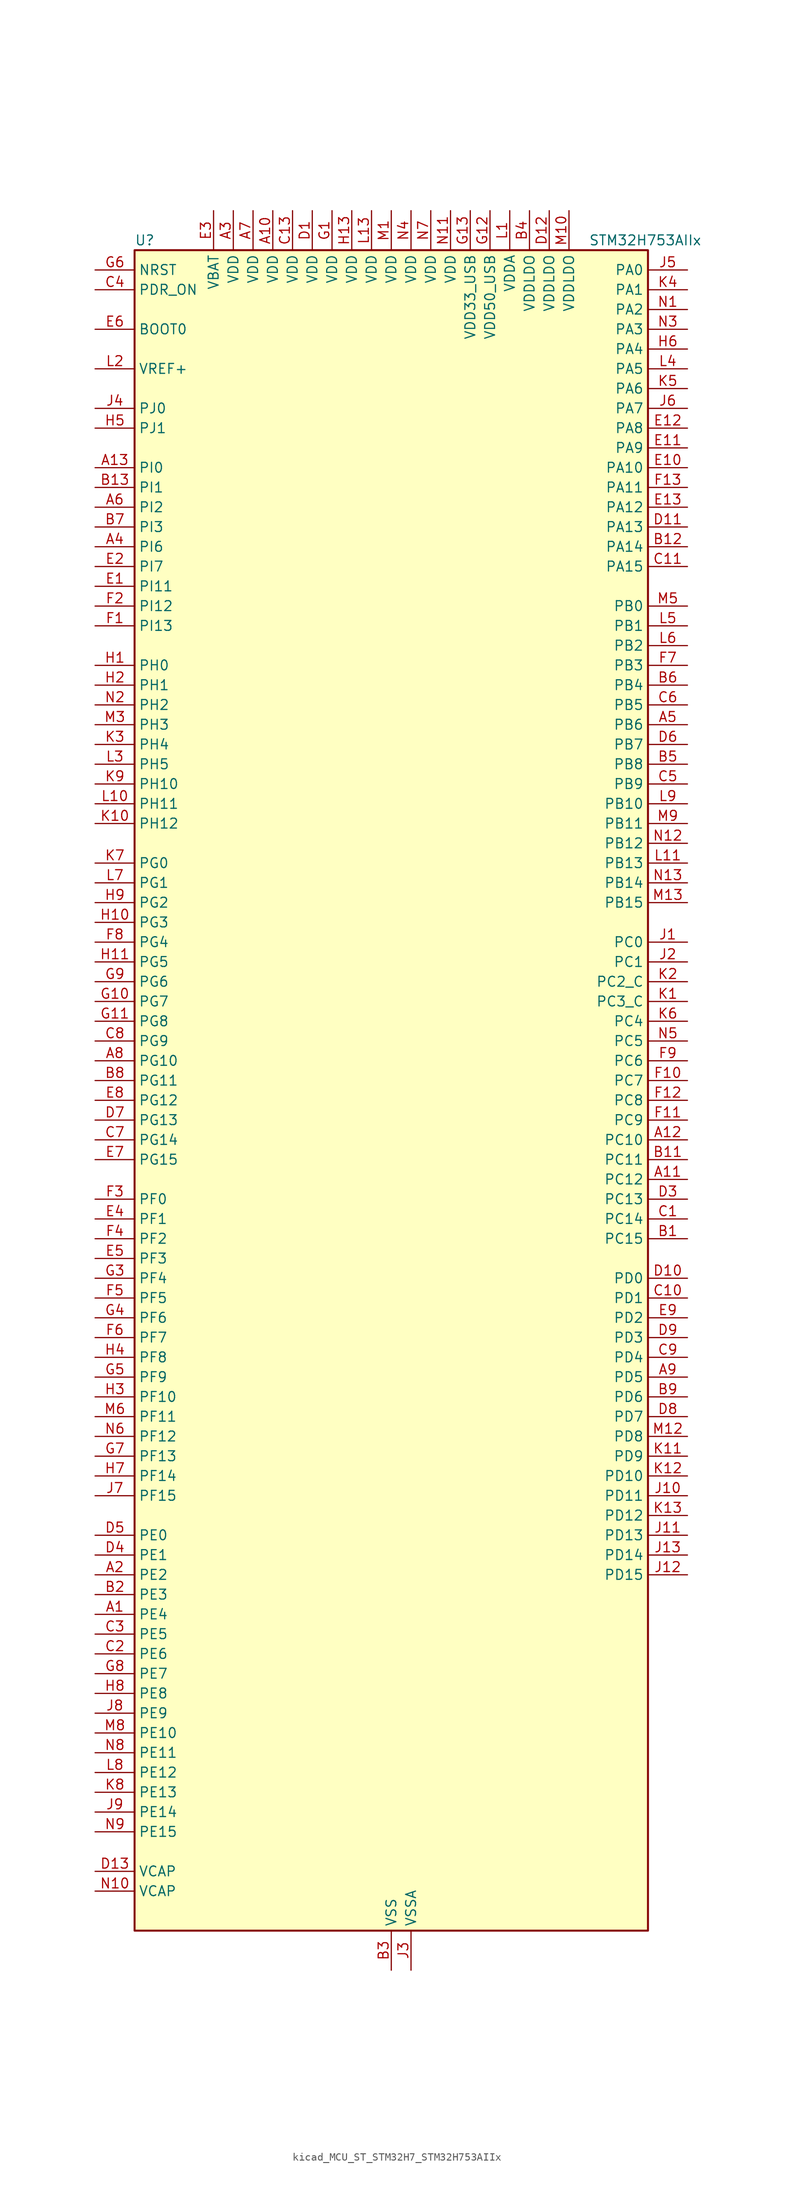
<source format=kicad_sym>
(kicad_symbol_lib
  (version 20220914)
  (generator kicad_symbol_editor)
  (symbol "kicad_MCU_ST_STM32H7_STM32H753AIIx"
    (property "Reference" "U"
      (at -33.02 110.49 0)
      (effects (font (size 1.27 1.27)) (justify left)))
    (property "Value" "STM32H753AIIx"
      (at 25.4 110.49 0)
      (effects (font (size 1.27 1.27)) (justify left)))
    (property "ki_locked" ""
      (at 0 0 0)
      (effects (font (size 1.27 1.27))))
    (symbol "kicad_MCU_ST_STM32H7_STM32H753AIIx_0_1"
      (rectangle (start -33.02 -106.68) (end 33.02 109.22) (stroke (width 0.254) (type default)) (fill (type background))))
    (symbol "kicad_MCU_ST_STM32H7_STM32H753AIIx_1_1"
      (pin bidirectional line (at -38.1 -66.04 0) (length 5.08) (name "PE4" (effects (font (size 1.27 1.27)))) (number "A1" (effects (font (size 1.27 1.27)))) (alternate "DCMI_D4" bidirectional line) (alternate "DEBUG_TRACED1" bidirectional line) (alternate "DFSDM1_DATIN3" bidirectional line) (alternate "FMC_A20" bidirectional line) (alternate "LTDC_B0" bidirectional line) (alternate "SAI1_D2" bidirectional line) (alternate "SAI1_FS_A" bidirectional line) (alternate "SAI4_D2" bidirectional line) (alternate "SAI4_FS_A" bidirectional line) (alternate "SPI4_NSS" bidirectional line) (alternate "TIM15_CH1N" bidirectional line))
      (pin power_in line (at -15.24 114.3 270) (length 5.08) (name "VDD" (effects (font (size 1.27 1.27)))) (number "A10" (effects (font (size 1.27 1.27)))))
      (pin bidirectional line (at 38.1 -10.16 180) (length 5.08) (name "PC12" (effects (font (size 1.27 1.27)))) (number "A11" (effects (font (size 1.27 1.27)))) (alternate "DCMI_D9" bidirectional line) (alternate "DEBUG_TRACED3" bidirectional line) (alternate "HRTIM_EEV2" bidirectional line) (alternate "I2S3_SDO" bidirectional line) (alternate "SDMMC1_CK" bidirectional line) (alternate "SPI3_MOSI" bidirectional line) (alternate "UART5_TX" bidirectional line) (alternate "USART3_CK" bidirectional line))
      (pin bidirectional line (at 38.1 -5.08 180) (length 5.08) (name "PC10" (effects (font (size 1.27 1.27)))) (number "A12" (effects (font (size 1.27 1.27)))) (alternate "DCMI_D8" bidirectional line) (alternate "DFSDM1_CKIN5" bidirectional line) (alternate "HRTIM_EEV1" bidirectional line) (alternate "I2S3_CK" bidirectional line) (alternate "LTDC_R2" bidirectional line) (alternate "QUADSPI_BK1_IO1" bidirectional line) (alternate "SDMMC1_D2" bidirectional line) (alternate "SPI3_SCK" bidirectional line) (alternate "UART4_TX" bidirectional line) (alternate "USART3_TX" bidirectional line))
      (pin bidirectional line (at -38.1 81.28 0) (length 5.08) (name "PI0" (effects (font (size 1.27 1.27)))) (number "A13" (effects (font (size 1.27 1.27)))) (alternate "DCMI_D13" bidirectional line) (alternate "FMC_D24" bidirectional line) (alternate "I2S2_WS" bidirectional line) (alternate "LTDC_G5" bidirectional line) (alternate "SPI2_NSS" bidirectional line) (alternate "TIM5_CH4" bidirectional line))
      (pin bidirectional line (at -38.1 -60.96 0) (length 5.08) (name "PE2" (effects (font (size 1.27 1.27)))) (number "A2" (effects (font (size 1.27 1.27)))) (alternate "DEBUG_TRACECLK" bidirectional line) (alternate "ETH_TXD3" bidirectional line) (alternate "FMC_A23" bidirectional line) (alternate "QUADSPI_BK1_IO2" bidirectional line) (alternate "SAI1_CK1" bidirectional line) (alternate "SAI1_MCLK_A" bidirectional line) (alternate "SAI4_CK1" bidirectional line) (alternate "SAI4_MCLK_A" bidirectional line) (alternate "SPI4_SCK" bidirectional line))
      (pin power_in line (at -20.32 114.3 270) (length 5.08) (name "VDD" (effects (font (size 1.27 1.27)))) (number "A3" (effects (font (size 1.27 1.27)))))
      (pin bidirectional line (at -38.1 71.12 0) (length 5.08) (name "PI6" (effects (font (size 1.27 1.27)))) (number "A4" (effects (font (size 1.27 1.27)))) (alternate "DCMI_D6" bidirectional line) (alternate "FMC_D28" bidirectional line) (alternate "LTDC_B6" bidirectional line) (alternate "SAI2_SD_A" bidirectional line) (alternate "TIM8_CH2" bidirectional line))
      (pin bidirectional line (at 38.1 48.26 180) (length 5.08) (name "PB6" (effects (font (size 1.27 1.27)))) (number "A5" (effects (font (size 1.27 1.27)))) (alternate "CEC" bidirectional line) (alternate "DCMI_D5" bidirectional line) (alternate "DFSDM1_DATIN5" bidirectional line) (alternate "FDCAN2_TX" bidirectional line) (alternate "FMC_SDNE1" bidirectional line) (alternate "HRTIM_EEV8" bidirectional line) (alternate "I2C1_SCL" bidirectional line) (alternate "I2C4_SCL" bidirectional line) (alternate "LPUART1_TX" bidirectional line) (alternate "QUADSPI_BK1_NCS" bidirectional line) (alternate "TIM16_CH1N" bidirectional line) (alternate "TIM4_CH1" bidirectional line) (alternate "UART5_TX" bidirectional line) (alternate "USART1_TX" bidirectional line))
      (pin bidirectional line (at -38.1 76.2 0) (length 5.08) (name "PI2" (effects (font (size 1.27 1.27)))) (number "A6" (effects (font (size 1.27 1.27)))) (alternate "DCMI_D9" bidirectional line) (alternate "FMC_D26" bidirectional line) (alternate "I2S2_SDI" bidirectional line) (alternate "LTDC_G7" bidirectional line) (alternate "SPI2_MISO" bidirectional line) (alternate "TIM8_CH4" bidirectional line))
      (pin power_in line (at -17.78 114.3 270) (length 5.08) (name "VDD" (effects (font (size 1.27 1.27)))) (number "A7" (effects (font (size 1.27 1.27)))))
      (pin bidirectional line (at -38.1 5.08 0) (length 5.08) (name "PG10" (effects (font (size 1.27 1.27)))) (number "A8" (effects (font (size 1.27 1.27)))) (alternate "DCMI_D2" bidirectional line) (alternate "FMC_NE3" bidirectional line) (alternate "HRTIM_FLT5" bidirectional line) (alternate "I2S1_WS" bidirectional line) (alternate "LTDC_B2" bidirectional line) (alternate "LTDC_G3" bidirectional line) (alternate "SAI2_SD_B" bidirectional line) (alternate "SPI1_NSS" bidirectional line))
      (pin bidirectional line (at 38.1 -35.56 180) (length 5.08) (name "PD5" (effects (font (size 1.27 1.27)))) (number "A9" (effects (font (size 1.27 1.27)))) (alternate "FMC_NWE" bidirectional line) (alternate "HRTIM_EEV3" bidirectional line) (alternate "USART2_TX" bidirectional line))
      (pin bidirectional line (at 38.1 -17.78 180) (length 5.08) (name "PC15" (effects (font (size 1.27 1.27)))) (number "B1" (effects (font (size 1.27 1.27)))) (alternate "ADC1_EXTI15" bidirectional line) (alternate "ADC2_EXTI15" bidirectional line) (alternate "ADC3_EXTI15" bidirectional line) (alternate "RCC_OSC32_OUT" bidirectional line))
      (pin passive line (at 0 -111.76 90) (length 5.08) hide (name "VSS" (effects (font (size 1.27 1.27)))) (number "B10" (effects (font (size 1.27 1.27)))))
      (pin bidirectional line (at 38.1 -7.62 180) (length 5.08) (name "PC11" (effects (font (size 1.27 1.27)))) (number "B11" (effects (font (size 1.27 1.27)))) (alternate "ADC1_EXTI11" bidirectional line) (alternate "ADC2_EXTI11" bidirectional line) (alternate "ADC3_EXTI11" bidirectional line) (alternate "DCMI_D4" bidirectional line) (alternate "DFSDM1_DATIN5" bidirectional line) (alternate "HRTIM_FLT2" bidirectional line) (alternate "I2S3_SDI" bidirectional line) (alternate "QUADSPI_BK2_NCS" bidirectional line) (alternate "SDMMC1_D3" bidirectional line) (alternate "SPI3_MISO" bidirectional line) (alternate "UART4_RX" bidirectional line) (alternate "USART3_RX" bidirectional line))
      (pin bidirectional line (at 38.1 71.12 180) (length 5.08) (name "PA14" (effects (font (size 1.27 1.27)))) (number "B12" (effects (font (size 1.27 1.27)))) (alternate "DEBUG_JTCK-SWCLK" bidirectional line))
      (pin bidirectional line (at -38.1 78.74 0) (length 5.08) (name "PI1" (effects (font (size 1.27 1.27)))) (number "B13" (effects (font (size 1.27 1.27)))) (alternate "DCMI_D8" bidirectional line) (alternate "FMC_D25" bidirectional line) (alternate "I2S2_CK" bidirectional line) (alternate "LTDC_G6" bidirectional line) (alternate "SPI2_SCK" bidirectional line) (alternate "TIM8_BKIN2" bidirectional line) (alternate "TIM8_BKIN2_COMP1" bidirectional line) (alternate "TIM8_BKIN2_COMP2" bidirectional line))
      (pin bidirectional line (at -38.1 -63.5 0) (length 5.08) (name "PE3" (effects (font (size 1.27 1.27)))) (number "B2" (effects (font (size 1.27 1.27)))) (alternate "DEBUG_TRACED0" bidirectional line) (alternate "FMC_A19" bidirectional line) (alternate "SAI1_SD_B" bidirectional line) (alternate "SAI4_SD_B" bidirectional line) (alternate "TIM15_BKIN" bidirectional line))
      (pin power_in line (at 0 -111.76 90) (length 5.08) (name "VSS" (effects (font (size 1.27 1.27)))) (number "B3" (effects (font (size 1.27 1.27)))))
      (pin power_in line (at 17.78 114.3 270) (length 5.08) (name "VDDLDO" (effects (font (size 1.27 1.27)))) (number "B4" (effects (font (size 1.27 1.27)))))
      (pin bidirectional line (at 38.1 43.18 180) (length 5.08) (name "PB8" (effects (font (size 1.27 1.27)))) (number "B5" (effects (font (size 1.27 1.27)))) (alternate "DCMI_D6" bidirectional line) (alternate "DFSDM1_CKIN7" bidirectional line) (alternate "ETH_TXD3" bidirectional line) (alternate "FDCAN1_RX" bidirectional line) (alternate "I2C1_SCL" bidirectional line) (alternate "I2C4_SCL" bidirectional line) (alternate "LTDC_B6" bidirectional line) (alternate "SDMMC1_CKIN" bidirectional line) (alternate "SDMMC1_D4" bidirectional line) (alternate "SDMMC2_D4" bidirectional line) (alternate "TIM16_CH1" bidirectional line) (alternate "TIM4_CH3" bidirectional line) (alternate "UART4_RX" bidirectional line))
      (pin bidirectional line (at 38.1 53.34 180) (length 5.08) (name "PB4" (effects (font (size 1.27 1.27)))) (number "B6" (effects (font (size 1.27 1.27)))) (alternate "DEBUG_JTRST" bidirectional line) (alternate "HRTIM_EEV6" bidirectional line) (alternate "I2S1_SDI" bidirectional line) (alternate "I2S2_WS" bidirectional line) (alternate "I2S3_SDI" bidirectional line) (alternate "SDMMC2_D3" bidirectional line) (alternate "SPI1_MISO" bidirectional line) (alternate "SPI2_NSS" bidirectional line) (alternate "SPI3_MISO" bidirectional line) (alternate "SPI6_MISO" bidirectional line) (alternate "TIM16_BKIN" bidirectional line) (alternate "TIM3_CH1" bidirectional line) (alternate "UART7_TX" bidirectional line))
      (pin bidirectional line (at -38.1 73.66 0) (length 5.08) (name "PI3" (effects (font (size 1.27 1.27)))) (number "B7" (effects (font (size 1.27 1.27)))) (alternate "DCMI_D10" bidirectional line) (alternate "FMC_D27" bidirectional line) (alternate "I2S2_SDO" bidirectional line) (alternate "SPI2_MOSI" bidirectional line) (alternate "TIM8_ETR" bidirectional line))
      (pin bidirectional line (at -38.1 2.54 0) (length 5.08) (name "PG11" (effects (font (size 1.27 1.27)))) (number "B8" (effects (font (size 1.27 1.27)))) (alternate "ADC1_EXTI11" bidirectional line) (alternate "ADC2_EXTI11" bidirectional line) (alternate "ADC3_EXTI11" bidirectional line) (alternate "DCMI_D3" bidirectional line) (alternate "ETH_TX_EN" bidirectional line) (alternate "HRTIM_EEV4" bidirectional line) (alternate "I2S1_CK" bidirectional line) (alternate "LPTIM1_IN2" bidirectional line) (alternate "LTDC_B3" bidirectional line) (alternate "SDMMC2_D2" bidirectional line) (alternate "SPDIFRX1_IN0" bidirectional line) (alternate "SPI1_SCK" bidirectional line))
      (pin bidirectional line (at 38.1 -38.1 180) (length 5.08) (name "PD6" (effects (font (size 1.27 1.27)))) (number "B9" (effects (font (size 1.27 1.27)))) (alternate "DCMI_D10" bidirectional line) (alternate "DFSDM1_CKIN4" bidirectional line) (alternate "DFSDM1_DATIN1" bidirectional line) (alternate "FMC_NWAIT" bidirectional line) (alternate "I2S3_SDO" bidirectional line) (alternate "LTDC_B2" bidirectional line) (alternate "SAI1_D1" bidirectional line) (alternate "SAI1_SD_A" bidirectional line) (alternate "SAI4_D1" bidirectional line) (alternate "SAI4_SD_A" bidirectional line) (alternate "SDMMC2_CK" bidirectional line) (alternate "SPI3_MOSI" bidirectional line) (alternate "USART2_RX" bidirectional line))
      (pin bidirectional line (at 38.1 -15.24 180) (length 5.08) (name "PC14" (effects (font (size 1.27 1.27)))) (number "C1" (effects (font (size 1.27 1.27)))) (alternate "RCC_OSC32_IN" bidirectional line))
      (pin bidirectional line (at 38.1 -25.4 180) (length 5.08) (name "PD1" (effects (font (size 1.27 1.27)))) (number "C10" (effects (font (size 1.27 1.27)))) (alternate "DFSDM1_DATIN6" bidirectional line) (alternate "FDCAN1_TX" bidirectional line) (alternate "FMC_D3" bidirectional line) (alternate "FMC_DA3" bidirectional line) (alternate "SAI3_SD_A" bidirectional line) (alternate "UART4_TX" bidirectional line))
      (pin bidirectional line (at 38.1 68.58 180) (length 5.08) (name "PA15" (effects (font (size 1.27 1.27)))) (number "C11" (effects (font (size 1.27 1.27)))) (alternate "ADC1_EXTI15" bidirectional line) (alternate "ADC2_EXTI15" bidirectional line) (alternate "ADC3_EXTI15" bidirectional line) (alternate "CEC" bidirectional line) (alternate "DEBUG_JTDI" bidirectional line) (alternate "HRTIM_FLT1" bidirectional line) (alternate "I2S1_WS" bidirectional line) (alternate "I2S3_WS" bidirectional line) (alternate "SPI1_NSS" bidirectional line) (alternate "SPI3_NSS" bidirectional line) (alternate "SPI6_NSS" bidirectional line) (alternate "TIM2_CH1" bidirectional line) (alternate "TIM2_ETR" bidirectional line) (alternate "UART4_DE" bidirectional line) (alternate "UART4_RTS" bidirectional line) (alternate "UART7_TX" bidirectional line))
      (pin passive line (at 0 -111.76 90) (length 5.08) hide (name "VSS" (effects (font (size 1.27 1.27)))) (number "C12" (effects (font (size 1.27 1.27)))))
      (pin power_in line (at -12.7 114.3 270) (length 5.08) (name "VDD" (effects (font (size 1.27 1.27)))) (number "C13" (effects (font (size 1.27 1.27)))))
      (pin bidirectional line (at -38.1 -71.12 0) (length 5.08) (name "PE6" (effects (font (size 1.27 1.27)))) (number "C2" (effects (font (size 1.27 1.27)))) (alternate "DCMI_D7" bidirectional line) (alternate "DEBUG_TRACED3" bidirectional line) (alternate "FMC_A22" bidirectional line) (alternate "LTDC_G1" bidirectional line) (alternate "SAI1_D1" bidirectional line) (alternate "SAI1_SD_A" bidirectional line) (alternate "SAI2_MCLK_B" bidirectional line) (alternate "SAI4_D1" bidirectional line) (alternate "SAI4_SD_A" bidirectional line) (alternate "SPI4_MOSI" bidirectional line) (alternate "TIM15_CH2" bidirectional line) (alternate "TIM1_BKIN2" bidirectional line) (alternate "TIM1_BKIN2_COMP1" bidirectional line) (alternate "TIM1_BKIN2_COMP2" bidirectional line))
      (pin bidirectional line (at -38.1 -68.58 0) (length 5.08) (name "PE5" (effects (font (size 1.27 1.27)))) (number "C3" (effects (font (size 1.27 1.27)))) (alternate "DCMI_D6" bidirectional line) (alternate "DEBUG_TRACED2" bidirectional line) (alternate "DFSDM1_CKIN3" bidirectional line) (alternate "FMC_A21" bidirectional line) (alternate "LTDC_G0" bidirectional line) (alternate "SAI1_CK2" bidirectional line) (alternate "SAI1_SCK_A" bidirectional line) (alternate "SAI4_CK2" bidirectional line) (alternate "SAI4_SCK_A" bidirectional line) (alternate "SPI4_MISO" bidirectional line) (alternate "TIM15_CH1" bidirectional line))
      (pin input line (at -38.1 104.14 0) (length 5.08) (name "PDR_ON" (effects (font (size 1.27 1.27)))) (number "C4" (effects (font (size 1.27 1.27)))))
      (pin bidirectional line (at 38.1 40.64 180) (length 5.08) (name "PB9" (effects (font (size 1.27 1.27)))) (number "C5" (effects (font (size 1.27 1.27)))) (alternate "DAC1_EXTI9" bidirectional line) (alternate "DCMI_D7" bidirectional line) (alternate "DFSDM1_DATIN7" bidirectional line) (alternate "FDCAN1_TX" bidirectional line) (alternate "I2C1_SDA" bidirectional line) (alternate "I2C4_SDA" bidirectional line) (alternate "I2C4_SMBA" bidirectional line) (alternate "I2S2_WS" bidirectional line) (alternate "LTDC_B7" bidirectional line) (alternate "SDMMC1_CDIR" bidirectional line) (alternate "SDMMC1_D5" bidirectional line) (alternate "SDMMC2_D5" bidirectional line) (alternate "SPI2_NSS" bidirectional line) (alternate "TIM17_CH1" bidirectional line) (alternate "TIM4_CH4" bidirectional line) (alternate "UART4_TX" bidirectional line))
      (pin bidirectional line (at 38.1 50.8 180) (length 5.08) (name "PB5" (effects (font (size 1.27 1.27)))) (number "C6" (effects (font (size 1.27 1.27)))) (alternate "DCMI_D10" bidirectional line) (alternate "ETH_PPS_OUT" bidirectional line) (alternate "FDCAN2_RX" bidirectional line) (alternate "FMC_SDCKE1" bidirectional line) (alternate "HRTIM_EEV7" bidirectional line) (alternate "I2C1_SMBA" bidirectional line) (alternate "I2C4_SMBA" bidirectional line) (alternate "I2S1_SDO" bidirectional line) (alternate "I2S3_SDO" bidirectional line) (alternate "SPI1_MOSI" bidirectional line) (alternate "SPI3_MOSI" bidirectional line) (alternate "SPI6_MOSI" bidirectional line) (alternate "TIM17_BKIN" bidirectional line) (alternate "TIM3_CH2" bidirectional line) (alternate "UART5_RX" bidirectional line) (alternate "USB_OTG_HS_ULPI_D7" bidirectional line))
      (pin bidirectional line (at -38.1 -5.08 0) (length 5.08) (name "PG14" (effects (font (size 1.27 1.27)))) (number "C7" (effects (font (size 1.27 1.27)))) (alternate "DEBUG_TRACED1" bidirectional line) (alternate "ETH_TXD1" bidirectional line) (alternate "FMC_A25" bidirectional line) (alternate "LPTIM1_ETR" bidirectional line) (alternate "LTDC_B0" bidirectional line) (alternate "QUADSPI_BK2_IO3" bidirectional line) (alternate "SPI6_MOSI" bidirectional line) (alternate "USART6_TX" bidirectional line))
      (pin bidirectional line (at -38.1 7.62 0) (length 5.08) (name "PG9" (effects (font (size 1.27 1.27)))) (number "C8" (effects (font (size 1.27 1.27)))) (alternate "DAC1_EXTI9" bidirectional line) (alternate "DCMI_VSYNC" bidirectional line) (alternate "FMC_NCE" bidirectional line) (alternate "FMC_NE2" bidirectional line) (alternate "I2S1_SDI" bidirectional line) (alternate "QUADSPI_BK2_IO2" bidirectional line) (alternate "SAI2_FS_B" bidirectional line) (alternate "SPDIFRX1_IN3" bidirectional line) (alternate "SPI1_MISO" bidirectional line) (alternate "USART6_RX" bidirectional line))
      (pin bidirectional line (at 38.1 -33.02 180) (length 5.08) (name "PD4" (effects (font (size 1.27 1.27)))) (number "C9" (effects (font (size 1.27 1.27)))) (alternate "FMC_NOE" bidirectional line) (alternate "HRTIM_FLT3" bidirectional line) (alternate "SAI3_FS_A" bidirectional line) (alternate "USART2_DE" bidirectional line) (alternate "USART2_RTS" bidirectional line))
      (pin power_in line (at -10.16 114.3 270) (length 5.08) (name "VDD" (effects (font (size 1.27 1.27)))) (number "D1" (effects (font (size 1.27 1.27)))))
      (pin bidirectional line (at 38.1 -22.86 180) (length 5.08) (name "PD0" (effects (font (size 1.27 1.27)))) (number "D10" (effects (font (size 1.27 1.27)))) (alternate "DFSDM1_CKIN6" bidirectional line) (alternate "FDCAN1_RX" bidirectional line) (alternate "FMC_D2" bidirectional line) (alternate "FMC_DA2" bidirectional line) (alternate "SAI3_SCK_A" bidirectional line) (alternate "UART4_RX" bidirectional line))
      (pin bidirectional line (at 38.1 73.66 180) (length 5.08) (name "PA13" (effects (font (size 1.27 1.27)))) (number "D11" (effects (font (size 1.27 1.27)))) (alternate "DEBUG_JTMS-SWDIO" bidirectional line))
      (pin power_in line (at 20.32 114.3 270) (length 5.08) (name "VDDLDO" (effects (font (size 1.27 1.27)))) (number "D12" (effects (font (size 1.27 1.27)))))
      (pin power_out line (at -38.1 -99.06 0) (length 5.08) (name "VCAP" (effects (font (size 1.27 1.27)))) (number "D13" (effects (font (size 1.27 1.27)))))
      (pin passive line (at 0 -111.76 90) (length 5.08) hide (name "VSS" (effects (font (size 1.27 1.27)))) (number "D2" (effects (font (size 1.27 1.27)))))
      (pin bidirectional line (at 38.1 -12.7 180) (length 5.08) (name "PC13" (effects (font (size 1.27 1.27)))) (number "D3" (effects (font (size 1.27 1.27)))) (alternate "PWR_WKUP2" bidirectional line) (alternate "RTC_OUT_ALARM" bidirectional line) (alternate "RTC_OUT_CALIB" bidirectional line) (alternate "RTC_TAMP1" bidirectional line) (alternate "RTC_TS" bidirectional line))
      (pin bidirectional line (at -38.1 -58.42 0) (length 5.08) (name "PE1" (effects (font (size 1.27 1.27)))) (number "D4" (effects (font (size 1.27 1.27)))) (alternate "DCMI_D3" bidirectional line) (alternate "FMC_NBL1" bidirectional line) (alternate "HRTIM_SCOUT" bidirectional line) (alternate "LPTIM1_IN2" bidirectional line) (alternate "UART8_TX" bidirectional line))
      (pin bidirectional line (at -38.1 -55.88 0) (length 5.08) (name "PE0" (effects (font (size 1.27 1.27)))) (number "D5" (effects (font (size 1.27 1.27)))) (alternate "DCMI_D2" bidirectional line) (alternate "FMC_NBL0" bidirectional line) (alternate "HRTIM_SCIN" bidirectional line) (alternate "LPTIM1_ETR" bidirectional line) (alternate "LPTIM2_ETR" bidirectional line) (alternate "SAI2_MCLK_A" bidirectional line) (alternate "TIM4_ETR" bidirectional line) (alternate "UART8_RX" bidirectional line))
      (pin bidirectional line (at 38.1 45.72 180) (length 5.08) (name "PB7" (effects (font (size 1.27 1.27)))) (number "D6" (effects (font (size 1.27 1.27)))) (alternate "DCMI_VSYNC" bidirectional line) (alternate "DFSDM1_CKIN5" bidirectional line) (alternate "FMC_NL" bidirectional line) (alternate "HRTIM_EEV9" bidirectional line) (alternate "I2C1_SDA" bidirectional line) (alternate "I2C4_SDA" bidirectional line) (alternate "LPUART1_RX" bidirectional line) (alternate "PWR_PVD_IN" bidirectional line) (alternate "TIM17_CH1N" bidirectional line) (alternate "TIM4_CH2" bidirectional line) (alternate "USART1_RX" bidirectional line))
      (pin bidirectional line (at -38.1 -2.54 0) (length 5.08) (name "PG13" (effects (font (size 1.27 1.27)))) (number "D7" (effects (font (size 1.27 1.27)))) (alternate "DEBUG_TRACED0" bidirectional line) (alternate "ETH_TXD0" bidirectional line) (alternate "FMC_A24" bidirectional line) (alternate "HRTIM_EEV10" bidirectional line) (alternate "LPTIM1_OUT" bidirectional line) (alternate "LTDC_R0" bidirectional line) (alternate "SPI6_SCK" bidirectional line) (alternate "USART6_CTS" bidirectional line) (alternate "USART6_NSS" bidirectional line))
      (pin bidirectional line (at 38.1 -40.64 180) (length 5.08) (name "PD7" (effects (font (size 1.27 1.27)))) (number "D8" (effects (font (size 1.27 1.27)))) (alternate "DFSDM1_CKIN1" bidirectional line) (alternate "DFSDM1_DATIN4" bidirectional line) (alternate "FMC_NE1" bidirectional line) (alternate "I2S1_SDO" bidirectional line) (alternate "SDMMC2_CMD" bidirectional line) (alternate "SPDIFRX1_IN0" bidirectional line) (alternate "SPI1_MOSI" bidirectional line) (alternate "USART2_CK" bidirectional line))
      (pin bidirectional line (at 38.1 -30.48 180) (length 5.08) (name "PD3" (effects (font (size 1.27 1.27)))) (number "D9" (effects (font (size 1.27 1.27)))) (alternate "DCMI_D5" bidirectional line) (alternate "DFSDM1_CKOUT" bidirectional line) (alternate "FMC_CLK" bidirectional line) (alternate "I2S2_CK" bidirectional line) (alternate "LTDC_G7" bidirectional line) (alternate "SPI2_SCK" bidirectional line) (alternate "USART2_CTS" bidirectional line) (alternate "USART2_NSS" bidirectional line))
      (pin bidirectional line (at -38.1 66.04 0) (length 5.08) (name "PI11" (effects (font (size 1.27 1.27)))) (number "E1" (effects (font (size 1.27 1.27)))) (alternate "ADC1_EXTI11" bidirectional line) (alternate "ADC2_EXTI11" bidirectional line) (alternate "ADC3_EXTI11" bidirectional line) (alternate "LTDC_G6" bidirectional line) (alternate "PWR_WKUP4" bidirectional line) (alternate "USB_OTG_HS_ULPI_DIR" bidirectional line))
      (pin bidirectional line (at 38.1 81.28 180) (length 5.08) (name "PA10" (effects (font (size 1.27 1.27)))) (number "E10" (effects (font (size 1.27 1.27)))) (alternate "DCMI_D1" bidirectional line) (alternate "HRTIM_CHC2" bidirectional line) (alternate "LPUART1_RX" bidirectional line) (alternate "LTDC_B1" bidirectional line) (alternate "LTDC_B4" bidirectional line) (alternate "MDIOS_MDIO" bidirectional line) (alternate "TIM1_CH3" bidirectional line) (alternate "USART1_RX" bidirectional line) (alternate "USB_OTG_FS_ID" bidirectional line))
      (pin bidirectional line (at 38.1 83.82 180) (length 5.08) (name "PA9" (effects (font (size 1.27 1.27)))) (number "E11" (effects (font (size 1.27 1.27)))) (alternate "DAC1_EXTI9" bidirectional line) (alternate "DCMI_D0" bidirectional line) (alternate "HRTIM_CHC1" bidirectional line) (alternate "I2C3_SMBA" bidirectional line) (alternate "I2S2_CK" bidirectional line) (alternate "LPUART1_TX" bidirectional line) (alternate "LTDC_R5" bidirectional line) (alternate "SPI2_SCK" bidirectional line) (alternate "TIM1_CH2" bidirectional line) (alternate "USART1_TX" bidirectional line) (alternate "USB_OTG_FS_VBUS" bidirectional line))
      (pin bidirectional line (at 38.1 86.36 180) (length 5.08) (name "PA8" (effects (font (size 1.27 1.27)))) (number "E12" (effects (font (size 1.27 1.27)))) (alternate "HRTIM_CHB2" bidirectional line) (alternate "I2C3_SCL" bidirectional line) (alternate "LTDC_B3" bidirectional line) (alternate "LTDC_R6" bidirectional line) (alternate "RCC_MCO_1" bidirectional line) (alternate "TIM1_CH1" bidirectional line) (alternate "TIM8_BKIN2" bidirectional line) (alternate "TIM8_BKIN2_COMP1" bidirectional line) (alternate "TIM8_BKIN2_COMP2" bidirectional line) (alternate "UART7_RX" bidirectional line) (alternate "USART1_CK" bidirectional line) (alternate "USB_OTG_FS_SOF" bidirectional line))
      (pin bidirectional line (at 38.1 76.2 180) (length 5.08) (name "PA12" (effects (font (size 1.27 1.27)))) (number "E13" (effects (font (size 1.27 1.27)))) (alternate "FDCAN1_TX" bidirectional line) (alternate "HRTIM_CHD2" bidirectional line) (alternate "I2S2_CK" bidirectional line) (alternate "LPUART1_DE" bidirectional line) (alternate "LPUART1_RTS" bidirectional line) (alternate "LTDC_R5" bidirectional line) (alternate "SAI2_FS_B" bidirectional line) (alternate "SPI2_SCK" bidirectional line) (alternate "TIM1_ETR" bidirectional line) (alternate "UART4_TX" bidirectional line) (alternate "USART1_DE" bidirectional line) (alternate "USART1_RTS" bidirectional line) (alternate "USB_OTG_FS_DP" bidirectional line))
      (pin bidirectional line (at -38.1 68.58 0) (length 5.08) (name "PI7" (effects (font (size 1.27 1.27)))) (number "E2" (effects (font (size 1.27 1.27)))) (alternate "DCMI_D7" bidirectional line) (alternate "FMC_D29" bidirectional line) (alternate "LTDC_B7" bidirectional line) (alternate "SAI2_FS_A" bidirectional line) (alternate "TIM8_CH3" bidirectional line))
      (pin power_in line (at -22.86 114.3 270) (length 5.08) (name "VBAT" (effects (font (size 1.27 1.27)))) (number "E3" (effects (font (size 1.27 1.27)))))
      (pin bidirectional line (at -38.1 -15.24 0) (length 5.08) (name "PF1" (effects (font (size 1.27 1.27)))) (number "E4" (effects (font (size 1.27 1.27)))) (alternate "FMC_A1" bidirectional line) (alternate "I2C2_SCL" bidirectional line))
      (pin bidirectional line (at -38.1 -20.32 0) (length 5.08) (name "PF3" (effects (font (size 1.27 1.27)))) (number "E5" (effects (font (size 1.27 1.27)))) (alternate "ADC3_INP5" bidirectional line) (alternate "FMC_A3" bidirectional line))
      (pin input line (at -38.1 99.06 0) (length 5.08) (name "BOOT0" (effects (font (size 1.27 1.27)))) (number "E6" (effects (font (size 1.27 1.27)))))
      (pin bidirectional line (at -38.1 -7.62 0) (length 5.08) (name "PG15" (effects (font (size 1.27 1.27)))) (number "E7" (effects (font (size 1.27 1.27)))) (alternate "ADC1_EXTI15" bidirectional line) (alternate "ADC2_EXTI15" bidirectional line) (alternate "ADC3_EXTI15" bidirectional line) (alternate "DCMI_D13" bidirectional line) (alternate "FMC_SDNCAS" bidirectional line) (alternate "USART6_CTS" bidirectional line) (alternate "USART6_NSS" bidirectional line))
      (pin bidirectional line (at -38.1 0 0) (length 5.08) (name "PG12" (effects (font (size 1.27 1.27)))) (number "E8" (effects (font (size 1.27 1.27)))) (alternate "ETH_TXD1" bidirectional line) (alternate "FMC_NE4" bidirectional line) (alternate "HRTIM_EEV5" bidirectional line) (alternate "LPTIM1_IN1" bidirectional line) (alternate "LTDC_B1" bidirectional line) (alternate "LTDC_B4" bidirectional line) (alternate "SPDIFRX1_IN1" bidirectional line) (alternate "SPI6_MISO" bidirectional line) (alternate "USART6_DE" bidirectional line) (alternate "USART6_RTS" bidirectional line))
      (pin bidirectional line (at 38.1 -27.94 180) (length 5.08) (name "PD2" (effects (font (size 1.27 1.27)))) (number "E9" (effects (font (size 1.27 1.27)))) (alternate "DCMI_D11" bidirectional line) (alternate "DEBUG_TRACED2" bidirectional line) (alternate "SDMMC1_CMD" bidirectional line) (alternate "TIM3_ETR" bidirectional line) (alternate "UART5_RX" bidirectional line))
      (pin bidirectional line (at -38.1 60.96 0) (length 5.08) (name "PI13" (effects (font (size 1.27 1.27)))) (number "F1" (effects (font (size 1.27 1.27)))) (alternate "LTDC_VSYNC" bidirectional line))
      (pin bidirectional line (at 38.1 2.54 180) (length 5.08) (name "PC7" (effects (font (size 1.27 1.27)))) (number "F10" (effects (font (size 1.27 1.27)))) (alternate "DCMI_D1" bidirectional line) (alternate "DEBUG_TRGIO" bidirectional line) (alternate "DFSDM1_DATIN3" bidirectional line) (alternate "FMC_NE1" bidirectional line) (alternate "HRTIM_CHA2" bidirectional line) (alternate "I2S3_MCK" bidirectional line) (alternate "LTDC_G6" bidirectional line) (alternate "SDMMC1_D123DIR" bidirectional line) (alternate "SDMMC1_D7" bidirectional line) (alternate "SDMMC2_D7" bidirectional line) (alternate "SWPMI1_TX" bidirectional line) (alternate "TIM3_CH2" bidirectional line) (alternate "TIM8_CH2" bidirectional line) (alternate "USART6_RX" bidirectional line))
      (pin bidirectional line (at 38.1 -2.54 180) (length 5.08) (name "PC9" (effects (font (size 1.27 1.27)))) (number "F11" (effects (font (size 1.27 1.27)))) (alternate "DAC1_EXTI9" bidirectional line) (alternate "DCMI_D3" bidirectional line) (alternate "I2C3_SDA" bidirectional line) (alternate "I2S_CKIN" bidirectional line) (alternate "LTDC_B2" bidirectional line) (alternate "LTDC_G3" bidirectional line) (alternate "QUADSPI_BK1_IO0" bidirectional line) (alternate "RCC_MCO_2" bidirectional line) (alternate "SDMMC1_D1" bidirectional line) (alternate "SWPMI1_SUSPEND" bidirectional line) (alternate "TIM3_CH4" bidirectional line) (alternate "TIM8_CH4" bidirectional line) (alternate "UART5_CTS" bidirectional line))
      (pin bidirectional line (at 38.1 0 180) (length 5.08) (name "PC8" (effects (font (size 1.27 1.27)))) (number "F12" (effects (font (size 1.27 1.27)))) (alternate "DCMI_D2" bidirectional line) (alternate "DEBUG_TRACED1" bidirectional line) (alternate "FMC_NCE" bidirectional line) (alternate "FMC_NE2" bidirectional line) (alternate "HRTIM_CHB1" bidirectional line) (alternate "SDMMC1_D0" bidirectional line) (alternate "SWPMI1_RX" bidirectional line) (alternate "TIM3_CH3" bidirectional line) (alternate "TIM8_CH3" bidirectional line) (alternate "UART5_DE" bidirectional line) (alternate "UART5_RTS" bidirectional line) (alternate "USART6_CK" bidirectional line))
      (pin bidirectional line (at 38.1 78.74 180) (length 5.08) (name "PA11" (effects (font (size 1.27 1.27)))) (number "F13" (effects (font (size 1.27 1.27)))) (alternate "ADC1_EXTI11" bidirectional line) (alternate "ADC2_EXTI11" bidirectional line) (alternate "ADC3_EXTI11" bidirectional line) (alternate "FDCAN1_RX" bidirectional line) (alternate "HRTIM_CHD1" bidirectional line) (alternate "I2S2_WS" bidirectional line) (alternate "LPUART1_CTS" bidirectional line) (alternate "LTDC_R4" bidirectional line) (alternate "SPI2_NSS" bidirectional line) (alternate "TIM1_CH4" bidirectional line) (alternate "UART4_RX" bidirectional line) (alternate "USART1_CTS" bidirectional line) (alternate "USART1_NSS" bidirectional line) (alternate "USB_OTG_FS_DM" bidirectional line))
      (pin bidirectional line (at -38.1 63.5 0) (length 5.08) (name "PI12" (effects (font (size 1.27 1.27)))) (number "F2" (effects (font (size 1.27 1.27)))) (alternate "LTDC_HSYNC" bidirectional line))
      (pin bidirectional line (at -38.1 -12.7 0) (length 5.08) (name "PF0" (effects (font (size 1.27 1.27)))) (number "F3" (effects (font (size 1.27 1.27)))) (alternate "FMC_A0" bidirectional line) (alternate "I2C2_SDA" bidirectional line))
      (pin bidirectional line (at -38.1 -17.78 0) (length 5.08) (name "PF2" (effects (font (size 1.27 1.27)))) (number "F4" (effects (font (size 1.27 1.27)))) (alternate "FMC_A2" bidirectional line) (alternate "I2C2_SMBA" bidirectional line))
      (pin bidirectional line (at -38.1 -25.4 0) (length 5.08) (name "PF5" (effects (font (size 1.27 1.27)))) (number "F5" (effects (font (size 1.27 1.27)))) (alternate "ADC3_INP4" bidirectional line) (alternate "FMC_A5" bidirectional line))
      (pin bidirectional line (at -38.1 -30.48 0) (length 5.08) (name "PF7" (effects (font (size 1.27 1.27)))) (number "F6" (effects (font (size 1.27 1.27)))) (alternate "ADC3_INP3" bidirectional line) (alternate "QUADSPI_BK1_IO2" bidirectional line) (alternate "SAI1_MCLK_B" bidirectional line) (alternate "SAI4_MCLK_B" bidirectional line) (alternate "SPI5_SCK" bidirectional line) (alternate "TIM17_CH1" bidirectional line) (alternate "UART7_TX" bidirectional line))
      (pin bidirectional line (at 38.1 55.88 180) (length 5.08) (name "PB3" (effects (font (size 1.27 1.27)))) (number "F7" (effects (font (size 1.27 1.27)))) (alternate "CRS_SYNC" bidirectional line) (alternate "DEBUG_JTDO-SWO" bidirectional line) (alternate "HRTIM_FLT4" bidirectional line) (alternate "I2S1_CK" bidirectional line) (alternate "I2S3_CK" bidirectional line) (alternate "SDMMC2_D2" bidirectional line) (alternate "SPI1_SCK" bidirectional line) (alternate "SPI3_SCK" bidirectional line) (alternate "SPI6_SCK" bidirectional line) (alternate "TIM2_CH2" bidirectional line) (alternate "UART7_RX" bidirectional line))
      (pin bidirectional line (at -38.1 20.32 0) (length 5.08) (name "PG4" (effects (font (size 1.27 1.27)))) (number "F8" (effects (font (size 1.27 1.27)))) (alternate "FMC_A14" bidirectional line) (alternate "FMC_BA0" bidirectional line) (alternate "TIM1_BKIN2" bidirectional line) (alternate "TIM1_BKIN2_COMP1" bidirectional line) (alternate "TIM1_BKIN2_COMP2" bidirectional line))
      (pin bidirectional line (at 38.1 5.08 180) (length 5.08) (name "PC6" (effects (font (size 1.27 1.27)))) (number "F9" (effects (font (size 1.27 1.27)))) (alternate "DCMI_D0" bidirectional line) (alternate "DFSDM1_CKIN3" bidirectional line) (alternate "FMC_NWAIT" bidirectional line) (alternate "HRTIM_CHA1" bidirectional line) (alternate "I2S2_MCK" bidirectional line) (alternate "LTDC_HSYNC" bidirectional line) (alternate "SDMMC1_D0DIR" bidirectional line) (alternate "SDMMC1_D6" bidirectional line) (alternate "SDMMC2_D6" bidirectional line) (alternate "SWPMI1_IO" bidirectional line) (alternate "TIM3_CH1" bidirectional line) (alternate "TIM8_CH1" bidirectional line) (alternate "USART6_TX" bidirectional line))
      (pin power_in line (at -7.62 114.3 270) (length 5.08) (name "VDD" (effects (font (size 1.27 1.27)))) (number "G1" (effects (font (size 1.27 1.27)))))
      (pin bidirectional line (at -38.1 12.7 0) (length 5.08) (name "PG7" (effects (font (size 1.27 1.27)))) (number "G10" (effects (font (size 1.27 1.27)))) (alternate "DCMI_D13" bidirectional line) (alternate "FMC_INT" bidirectional line) (alternate "HRTIM_CHE2" bidirectional line) (alternate "LTDC_CLK" bidirectional line) (alternate "SAI1_MCLK_A" bidirectional line) (alternate "USART6_CK" bidirectional line))
      (pin bidirectional line (at -38.1 10.16 0) (length 5.08) (name "PG8" (effects (font (size 1.27 1.27)))) (number "G11" (effects (font (size 1.27 1.27)))) (alternate "ETH_PPS_OUT" bidirectional line) (alternate "FMC_SDCLK" bidirectional line) (alternate "LTDC_G7" bidirectional line) (alternate "SPDIFRX1_IN2" bidirectional line) (alternate "SPI6_NSS" bidirectional line) (alternate "TIM8_ETR" bidirectional line) (alternate "USART6_DE" bidirectional line) (alternate "USART6_RTS" bidirectional line))
      (pin power_in line (at 12.7 114.3 270) (length 5.08) (name "VDD50_USB" (effects (font (size 1.27 1.27)))) (number "G12" (effects (font (size 1.27 1.27)))))
      (pin power_in line (at 10.16 114.3 270) (length 5.08) (name "VDD33_USB" (effects (font (size 1.27 1.27)))) (number "G13" (effects (font (size 1.27 1.27)))))
      (pin passive line (at 0 -111.76 90) (length 5.08) hide (name "VSS" (effects (font (size 1.27 1.27)))) (number "G2" (effects (font (size 1.27 1.27)))))
      (pin bidirectional line (at -38.1 -22.86 0) (length 5.08) (name "PF4" (effects (font (size 1.27 1.27)))) (number "G3" (effects (font (size 1.27 1.27)))) (alternate "ADC3_INN5" bidirectional line) (alternate "ADC3_INP9" bidirectional line) (alternate "FMC_A4" bidirectional line))
      (pin bidirectional line (at -38.1 -27.94 0) (length 5.08) (name "PF6" (effects (font (size 1.27 1.27)))) (number "G4" (effects (font (size 1.27 1.27)))) (alternate "ADC3_INN4" bidirectional line) (alternate "ADC3_INP8" bidirectional line) (alternate "QUADSPI_BK1_IO3" bidirectional line) (alternate "SAI1_SD_B" bidirectional line) (alternate "SAI4_SD_B" bidirectional line) (alternate "SPI5_NSS" bidirectional line) (alternate "TIM16_CH1" bidirectional line) (alternate "UART7_RX" bidirectional line))
      (pin bidirectional line (at -38.1 -35.56 0) (length 5.08) (name "PF9" (effects (font (size 1.27 1.27)))) (number "G5" (effects (font (size 1.27 1.27)))) (alternate "ADC3_INP2" bidirectional line) (alternate "DAC1_EXTI9" bidirectional line) (alternate "QUADSPI_BK1_IO1" bidirectional line) (alternate "SAI1_FS_B" bidirectional line) (alternate "SAI4_FS_B" bidirectional line) (alternate "SPI5_MOSI" bidirectional line) (alternate "TIM14_CH1" bidirectional line) (alternate "TIM17_CH1N" bidirectional line) (alternate "UART7_CTS" bidirectional line))
      (pin input line (at -38.1 106.68 0) (length 5.08) (name "NRST" (effects (font (size 1.27 1.27)))) (number "G6" (effects (font (size 1.27 1.27)))))
      (pin bidirectional line (at -38.1 -45.72 0) (length 5.08) (name "PF13" (effects (font (size 1.27 1.27)))) (number "G7" (effects (font (size 1.27 1.27)))) (alternate "ADC2_INP2" bidirectional line) (alternate "DFSDM1_DATIN6" bidirectional line) (alternate "FMC_A7" bidirectional line) (alternate "I2C4_SMBA" bidirectional line))
      (pin bidirectional line (at -38.1 -73.66 0) (length 5.08) (name "PE7" (effects (font (size 1.27 1.27)))) (number "G8" (effects (font (size 1.27 1.27)))) (alternate "COMP2_INM" bidirectional line) (alternate "DFSDM1_DATIN2" bidirectional line) (alternate "FMC_D4" bidirectional line) (alternate "FMC_DA4" bidirectional line) (alternate "OPAMP2_VOUT" bidirectional line) (alternate "QUADSPI_BK2_IO0" bidirectional line) (alternate "TIM1_ETR" bidirectional line) (alternate "UART7_RX" bidirectional line))
      (pin bidirectional line (at -38.1 15.24 0) (length 5.08) (name "PG6" (effects (font (size 1.27 1.27)))) (number "G9" (effects (font (size 1.27 1.27)))) (alternate "DCMI_D12" bidirectional line) (alternate "FMC_NE3" bidirectional line) (alternate "HRTIM_CHE1" bidirectional line) (alternate "LTDC_R7" bidirectional line) (alternate "QUADSPI_BK1_NCS" bidirectional line) (alternate "TIM17_BKIN" bidirectional line))
      (pin bidirectional line (at -38.1 55.88 0) (length 5.08) (name "PH0" (effects (font (size 1.27 1.27)))) (number "H1" (effects (font (size 1.27 1.27)))) (alternate "RCC_OSC_IN" bidirectional line))
      (pin bidirectional line (at -38.1 22.86 0) (length 5.08) (name "PG3" (effects (font (size 1.27 1.27)))) (number "H10" (effects (font (size 1.27 1.27)))) (alternate "FMC_A13" bidirectional line) (alternate "TIM8_BKIN2" bidirectional line) (alternate "TIM8_BKIN2_COMP1" bidirectional line) (alternate "TIM8_BKIN2_COMP2" bidirectional line))
      (pin bidirectional line (at -38.1 17.78 0) (length 5.08) (name "PG5" (effects (font (size 1.27 1.27)))) (number "H11" (effects (font (size 1.27 1.27)))) (alternate "FMC_A15" bidirectional line) (alternate "FMC_BA1" bidirectional line) (alternate "TIM1_ETR" bidirectional line))
      (pin passive line (at 0 -111.76 90) (length 5.08) hide (name "VSS" (effects (font (size 1.27 1.27)))) (number "H12" (effects (font (size 1.27 1.27)))))
      (pin power_in line (at -5.08 114.3 270) (length 5.08) (name "VDD" (effects (font (size 1.27 1.27)))) (number "H13" (effects (font (size 1.27 1.27)))))
      (pin bidirectional line (at -38.1 53.34 0) (length 5.08) (name "PH1" (effects (font (size 1.27 1.27)))) (number "H2" (effects (font (size 1.27 1.27)))) (alternate "RCC_OSC_OUT" bidirectional line))
      (pin bidirectional line (at -38.1 -38.1 0) (length 5.08) (name "PF10" (effects (font (size 1.27 1.27)))) (number "H3" (effects (font (size 1.27 1.27)))) (alternate "ADC3_INN2" bidirectional line) (alternate "ADC3_INP6" bidirectional line) (alternate "DCMI_D11" bidirectional line) (alternate "LTDC_DE" bidirectional line) (alternate "QUADSPI_CLK" bidirectional line) (alternate "SAI1_D3" bidirectional line) (alternate "SAI4_D3" bidirectional line) (alternate "TIM16_BKIN" bidirectional line))
      (pin bidirectional line (at -38.1 -33.02 0) (length 5.08) (name "PF8" (effects (font (size 1.27 1.27)))) (number "H4" (effects (font (size 1.27 1.27)))) (alternate "ADC3_INN3" bidirectional line) (alternate "ADC3_INP7" bidirectional line) (alternate "QUADSPI_BK1_IO0" bidirectional line) (alternate "SAI1_SCK_B" bidirectional line) (alternate "SAI4_SCK_B" bidirectional line) (alternate "SPI5_MISO" bidirectional line) (alternate "TIM13_CH1" bidirectional line) (alternate "TIM16_CH1N" bidirectional line) (alternate "UART7_DE" bidirectional line) (alternate "UART7_RTS" bidirectional line))
      (pin bidirectional line (at -38.1 86.36 0) (length 5.08) (name "PJ1" (effects (font (size 1.27 1.27)))) (number "H5" (effects (font (size 1.27 1.27)))) (alternate "LTDC_R2" bidirectional line))
      (pin bidirectional line (at 38.1 96.52 180) (length 5.08) (name "PA4" (effects (font (size 1.27 1.27)))) (number "H6" (effects (font (size 1.27 1.27)))) (alternate "ADC1_INP18" bidirectional line) (alternate "ADC2_INP18" bidirectional line) (alternate "DAC1_OUT1" bidirectional line) (alternate "DCMI_HSYNC" bidirectional line) (alternate "I2S1_WS" bidirectional line) (alternate "I2S3_WS" bidirectional line) (alternate "LTDC_VSYNC" bidirectional line) (alternate "SPI1_NSS" bidirectional line) (alternate "SPI3_NSS" bidirectional line) (alternate "SPI6_NSS" bidirectional line) (alternate "TIM5_ETR" bidirectional line) (alternate "USART2_CK" bidirectional line) (alternate "USB_OTG_HS_SOF" bidirectional line))
      (pin bidirectional line (at -38.1 -48.26 0) (length 5.08) (name "PF14" (effects (font (size 1.27 1.27)))) (number "H7" (effects (font (size 1.27 1.27)))) (alternate "ADC2_INN2" bidirectional line) (alternate "ADC2_INP6" bidirectional line) (alternate "DFSDM1_CKIN6" bidirectional line) (alternate "FMC_A8" bidirectional line) (alternate "I2C4_SCL" bidirectional line))
      (pin bidirectional line (at -38.1 -76.2 0) (length 5.08) (name "PE8" (effects (font (size 1.27 1.27)))) (number "H8" (effects (font (size 1.27 1.27)))) (alternate "COMP2_OUT" bidirectional line) (alternate "DFSDM1_CKIN2" bidirectional line) (alternate "FMC_D5" bidirectional line) (alternate "FMC_DA5" bidirectional line) (alternate "OPAMP2_VINM" bidirectional line) (alternate "OPAMP2_VINM0" bidirectional line) (alternate "QUADSPI_BK2_IO1" bidirectional line) (alternate "TIM1_CH1N" bidirectional line) (alternate "UART7_TX" bidirectional line))
      (pin bidirectional line (at -38.1 25.4 0) (length 5.08) (name "PG2" (effects (font (size 1.27 1.27)))) (number "H9" (effects (font (size 1.27 1.27)))) (alternate "FMC_A12" bidirectional line) (alternate "TIM8_BKIN" bidirectional line) (alternate "TIM8_BKIN_COMP1" bidirectional line) (alternate "TIM8_BKIN_COMP2" bidirectional line))
      (pin bidirectional line (at 38.1 20.32 180) (length 5.08) (name "PC0" (effects (font (size 1.27 1.27)))) (number "J1" (effects (font (size 1.27 1.27)))) (alternate "ADC1_INP10" bidirectional line) (alternate "ADC2_INP10" bidirectional line) (alternate "ADC3_INP10" bidirectional line) (alternate "DFSDM1_CKIN0" bidirectional line) (alternate "DFSDM1_DATIN4" bidirectional line) (alternate "FMC_SDNWE" bidirectional line) (alternate "LTDC_R5" bidirectional line) (alternate "SAI2_FS_B" bidirectional line) (alternate "USB_OTG_HS_ULPI_STP" bidirectional line))
      (pin bidirectional line (at 38.1 -50.8 180) (length 5.08) (name "PD11" (effects (font (size 1.27 1.27)))) (number "J10" (effects (font (size 1.27 1.27)))) (alternate "ADC1_EXTI11" bidirectional line) (alternate "ADC2_EXTI11" bidirectional line) (alternate "ADC3_EXTI11" bidirectional line) (alternate "FMC_A16" bidirectional line) (alternate "FMC_CLE" bidirectional line) (alternate "I2C4_SMBA" bidirectional line) (alternate "LPTIM2_IN2" bidirectional line) (alternate "QUADSPI_BK1_IO0" bidirectional line) (alternate "SAI2_SD_A" bidirectional line) (alternate "USART3_CTS" bidirectional line) (alternate "USART3_NSS" bidirectional line))
      (pin bidirectional line (at 38.1 -55.88 180) (length 5.08) (name "PD13" (effects (font (size 1.27 1.27)))) (number "J11" (effects (font (size 1.27 1.27)))) (alternate "FMC_A18" bidirectional line) (alternate "I2C4_SDA" bidirectional line) (alternate "LPTIM1_OUT" bidirectional line) (alternate "QUADSPI_BK1_IO3" bidirectional line) (alternate "SAI2_SCK_A" bidirectional line) (alternate "TIM4_CH2" bidirectional line))
      (pin bidirectional line (at 38.1 -60.96 180) (length 5.08) (name "PD15" (effects (font (size 1.27 1.27)))) (number "J12" (effects (font (size 1.27 1.27)))) (alternate "ADC1_EXTI15" bidirectional line) (alternate "ADC2_EXTI15" bidirectional line) (alternate "ADC3_EXTI15" bidirectional line) (alternate "FMC_D1" bidirectional line) (alternate "FMC_DA1" bidirectional line) (alternate "SAI3_MCLK_A" bidirectional line) (alternate "TIM4_CH4" bidirectional line) (alternate "UART8_DE" bidirectional line) (alternate "UART8_RTS" bidirectional line))
      (pin bidirectional line (at 38.1 -58.42 180) (length 5.08) (name "PD14" (effects (font (size 1.27 1.27)))) (number "J13" (effects (font (size 1.27 1.27)))) (alternate "FMC_D0" bidirectional line) (alternate "FMC_DA0" bidirectional line) (alternate "SAI3_MCLK_B" bidirectional line) (alternate "TIM4_CH3" bidirectional line) (alternate "UART8_CTS" bidirectional line))
      (pin bidirectional line (at 38.1 17.78 180) (length 5.08) (name "PC1" (effects (font (size 1.27 1.27)))) (number "J2" (effects (font (size 1.27 1.27)))) (alternate "ADC1_INN10" bidirectional line) (alternate "ADC1_INP11" bidirectional line) (alternate "ADC2_INN10" bidirectional line) (alternate "ADC2_INP11" bidirectional line) (alternate "ADC3_INN10" bidirectional line) (alternate "ADC3_INP11" bidirectional line) (alternate "DEBUG_TRACED0" bidirectional line) (alternate "DFSDM1_CKIN4" bidirectional line) (alternate "DFSDM1_DATIN0" bidirectional line) (alternate "ETH_MDC" bidirectional line) (alternate "I2S2_SDO" bidirectional line) (alternate "MDIOS_MDC" bidirectional line) (alternate "PWR_WKUP5" bidirectional line) (alternate "RTC_TAMP3" bidirectional line) (alternate "SAI1_D1" bidirectional line) (alternate "SAI1_SD_A" bidirectional line) (alternate "SAI4_D1" bidirectional line) (alternate "SAI4_SD_A" bidirectional line) (alternate "SDMMC2_CK" bidirectional line) (alternate "SPI2_MOSI" bidirectional line))
      (pin power_in line (at 2.54 -111.76 90) (length 5.08) (name "VSSA" (effects (font (size 1.27 1.27)))) (number "J3" (effects (font (size 1.27 1.27)))))
      (pin bidirectional line (at -38.1 88.9 0) (length 5.08) (name "PJ0" (effects (font (size 1.27 1.27)))) (number "J4" (effects (font (size 1.27 1.27)))) (alternate "LTDC_R1" bidirectional line) (alternate "LTDC_R7" bidirectional line))
      (pin bidirectional line (at 38.1 106.68 180) (length 5.08) (name "PA0" (effects (font (size 1.27 1.27)))) (number "J5" (effects (font (size 1.27 1.27)))) (alternate "ADC1_INP16" bidirectional line) (alternate "ETH_CRS" bidirectional line) (alternate "PWR_WKUP0" bidirectional line) (alternate "SAI2_SD_B" bidirectional line) (alternate "SDMMC2_CMD" bidirectional line) (alternate "TIM15_BKIN" bidirectional line) (alternate "TIM2_CH1" bidirectional line) (alternate "TIM2_ETR" bidirectional line) (alternate "TIM5_CH1" bidirectional line) (alternate "TIM8_ETR" bidirectional line) (alternate "UART4_TX" bidirectional line) (alternate "USART2_CTS" bidirectional line) (alternate "USART2_NSS" bidirectional line))
      (pin bidirectional line (at 38.1 88.9 180) (length 5.08) (name "PA7" (effects (font (size 1.27 1.27)))) (number "J6" (effects (font (size 1.27 1.27)))) (alternate "ADC1_INN3" bidirectional line) (alternate "ADC1_INP7" bidirectional line) (alternate "ADC2_INN3" bidirectional line) (alternate "ADC2_INP7" bidirectional line) (alternate "ETH_CRS_DV" bidirectional line) (alternate "ETH_RX_DV" bidirectional line) (alternate "FMC_SDNWE" bidirectional line) (alternate "I2S1_SDO" bidirectional line) (alternate "OPAMP1_VINM" bidirectional line) (alternate "OPAMP1_VINM1" bidirectional line) (alternate "SPI1_MOSI" bidirectional line) (alternate "SPI6_MOSI" bidirectional line) (alternate "TIM14_CH1" bidirectional line) (alternate "TIM1_CH1N" bidirectional line) (alternate "TIM3_CH2" bidirectional line) (alternate "TIM8_CH1N" bidirectional line))
      (pin bidirectional line (at -38.1 -50.8 0) (length 5.08) (name "PF15" (effects (font (size 1.27 1.27)))) (number "J7" (effects (font (size 1.27 1.27)))) (alternate "ADC1_EXTI15" bidirectional line) (alternate "ADC2_EXTI15" bidirectional line) (alternate "ADC3_EXTI15" bidirectional line) (alternate "FMC_A9" bidirectional line) (alternate "I2C4_SDA" bidirectional line))
      (pin bidirectional line (at -38.1 -78.74 0) (length 5.08) (name "PE9" (effects (font (size 1.27 1.27)))) (number "J8" (effects (font (size 1.27 1.27)))) (alternate "COMP2_INP" bidirectional line) (alternate "DAC1_EXTI9" bidirectional line) (alternate "DFSDM1_CKOUT" bidirectional line) (alternate "FMC_D6" bidirectional line) (alternate "FMC_DA6" bidirectional line) (alternate "OPAMP2_VINP" bidirectional line) (alternate "QUADSPI_BK2_IO2" bidirectional line) (alternate "TIM1_CH1" bidirectional line) (alternate "UART7_DE" bidirectional line) (alternate "UART7_RTS" bidirectional line))
      (pin bidirectional line (at -38.1 -91.44 0) (length 5.08) (name "PE14" (effects (font (size 1.27 1.27)))) (number "J9" (effects (font (size 1.27 1.27)))) (alternate "FMC_D11" bidirectional line) (alternate "FMC_DA11" bidirectional line) (alternate "LTDC_CLK" bidirectional line) (alternate "SAI2_MCLK_B" bidirectional line) (alternate "SPI4_MOSI" bidirectional line) (alternate "TIM1_CH4" bidirectional line))
      (pin bidirectional line (at 38.1 12.7 180) (length 5.08) (name "PC3_C" (effects (font (size 1.27 1.27)))) (number "K1" (effects (font (size 1.27 1.27)))) (alternate "ADC3_INP1" bidirectional line) (alternate "DFSDM1_DATIN1" bidirectional line) (alternate "ETH_TX_CLK" bidirectional line) (alternate "FMC_SDCKE0" bidirectional line) (alternate "I2S2_SDO" bidirectional line) (alternate "PWR_CSLEEP" bidirectional line) (alternate "SPI2_MOSI" bidirectional line) (alternate "USB_OTG_HS_ULPI_NXT" bidirectional line))
      (pin bidirectional line (at -38.1 35.56 0) (length 5.08) (name "PH12" (effects (font (size 1.27 1.27)))) (number "K10" (effects (font (size 1.27 1.27)))) (alternate "DCMI_D3" bidirectional line) (alternate "FMC_D20" bidirectional line) (alternate "I2C4_SDA" bidirectional line) (alternate "LTDC_R6" bidirectional line) (alternate "TIM5_CH3" bidirectional line))
      (pin bidirectional line (at 38.1 -45.72 180) (length 5.08) (name "PD9" (effects (font (size 1.27 1.27)))) (number "K11" (effects (font (size 1.27 1.27)))) (alternate "DAC1_EXTI9" bidirectional line) (alternate "DFSDM1_DATIN3" bidirectional line) (alternate "FMC_D14" bidirectional line) (alternate "FMC_DA14" bidirectional line) (alternate "SAI3_SD_B" bidirectional line) (alternate "USART3_RX" bidirectional line))
      (pin bidirectional line (at 38.1 -48.26 180) (length 5.08) (name "PD10" (effects (font (size 1.27 1.27)))) (number "K12" (effects (font (size 1.27 1.27)))) (alternate "DFSDM1_CKOUT" bidirectional line) (alternate "FMC_D15" bidirectional line) (alternate "FMC_DA15" bidirectional line) (alternate "LTDC_B3" bidirectional line) (alternate "SAI3_FS_B" bidirectional line) (alternate "USART3_CK" bidirectional line))
      (pin bidirectional line (at 38.1 -53.34 180) (length 5.08) (name "PD12" (effects (font (size 1.27 1.27)))) (number "K13" (effects (font (size 1.27 1.27)))) (alternate "FMC_A17" bidirectional line) (alternate "FMC_ALE" bidirectional line) (alternate "I2C4_SCL" bidirectional line) (alternate "LPTIM1_IN1" bidirectional line) (alternate "LPTIM2_IN1" bidirectional line) (alternate "QUADSPI_BK1_IO1" bidirectional line) (alternate "SAI2_FS_A" bidirectional line) (alternate "TIM4_CH1" bidirectional line) (alternate "USART3_DE" bidirectional line) (alternate "USART3_RTS" bidirectional line))
      (pin bidirectional line (at 38.1 15.24 180) (length 5.08) (name "PC2_C" (effects (font (size 1.27 1.27)))) (number "K2" (effects (font (size 1.27 1.27)))) (alternate "ADC3_INN1" bidirectional line) (alternate "ADC3_INP0" bidirectional line) (alternate "DFSDM1_CKIN1" bidirectional line) (alternate "DFSDM1_CKOUT" bidirectional line) (alternate "ETH_TXD2" bidirectional line) (alternate "FMC_SDNE0" bidirectional line) (alternate "I2S2_SDI" bidirectional line) (alternate "PWR_CSTOP" bidirectional line) (alternate "SPI2_MISO" bidirectional line) (alternate "USB_OTG_HS_ULPI_DIR" bidirectional line))
      (pin bidirectional line (at -38.1 45.72 0) (length 5.08) (name "PH4" (effects (font (size 1.27 1.27)))) (number "K3" (effects (font (size 1.27 1.27)))) (alternate "ADC3_INN14" bidirectional line) (alternate "ADC3_INP15" bidirectional line) (alternate "I2C2_SCL" bidirectional line) (alternate "LTDC_G4" bidirectional line) (alternate "LTDC_G5" bidirectional line) (alternate "USB_OTG_HS_ULPI_NXT" bidirectional line))
      (pin bidirectional line (at 38.1 104.14 180) (length 5.08) (name "PA1" (effects (font (size 1.27 1.27)))) (number "K4" (effects (font (size 1.27 1.27)))) (alternate "ADC1_INN16" bidirectional line) (alternate "ADC1_INP17" bidirectional line) (alternate "ETH_REF_CLK" bidirectional line) (alternate "ETH_RX_CLK" bidirectional line) (alternate "LPTIM3_OUT" bidirectional line) (alternate "LTDC_R2" bidirectional line) (alternate "QUADSPI_BK1_IO3" bidirectional line) (alternate "SAI2_MCLK_B" bidirectional line) (alternate "TIM15_CH1N" bidirectional line) (alternate "TIM2_CH2" bidirectional line) (alternate "TIM5_CH2" bidirectional line) (alternate "UART4_RX" bidirectional line) (alternate "USART2_DE" bidirectional line) (alternate "USART2_RTS" bidirectional line))
      (pin bidirectional line (at 38.1 91.44 180) (length 5.08) (name "PA6" (effects (font (size 1.27 1.27)))) (number "K5" (effects (font (size 1.27 1.27)))) (alternate "ADC1_INP3" bidirectional line) (alternate "ADC2_INP3" bidirectional line) (alternate "DCMI_PIXCLK" bidirectional line) (alternate "I2S1_SDI" bidirectional line) (alternate "LTDC_G2" bidirectional line) (alternate "MDIOS_MDC" bidirectional line) (alternate "SPI1_MISO" bidirectional line) (alternate "SPI6_MISO" bidirectional line) (alternate "TIM13_CH1" bidirectional line) (alternate "TIM1_BKIN" bidirectional line) (alternate "TIM1_BKIN_COMP1" bidirectional line) (alternate "TIM1_BKIN_COMP2" bidirectional line) (alternate "TIM3_CH1" bidirectional line) (alternate "TIM8_BKIN" bidirectional line) (alternate "TIM8_BKIN_COMP1" bidirectional line) (alternate "TIM8_BKIN_COMP2" bidirectional line))
      (pin bidirectional line (at 38.1 10.16 180) (length 5.08) (name "PC4" (effects (font (size 1.27 1.27)))) (number "K6" (effects (font (size 1.27 1.27)))) (alternate "ADC1_INP4" bidirectional line) (alternate "ADC2_INP4" bidirectional line) (alternate "COMP1_INM" bidirectional line) (alternate "DFSDM1_CKIN2" bidirectional line) (alternate "ETH_RXD0" bidirectional line) (alternate "FMC_SDNE0" bidirectional line) (alternate "I2S1_MCK" bidirectional line) (alternate "OPAMP1_VOUT" bidirectional line) (alternate "SPDIFRX1_IN2" bidirectional line))
      (pin bidirectional line (at -38.1 30.48 0) (length 5.08) (name "PG0" (effects (font (size 1.27 1.27)))) (number "K7" (effects (font (size 1.27 1.27)))) (alternate "FMC_A10" bidirectional line))
      (pin bidirectional line (at -38.1 -88.9 0) (length 5.08) (name "PE13" (effects (font (size 1.27 1.27)))) (number "K8" (effects (font (size 1.27 1.27)))) (alternate "COMP2_OUT" bidirectional line) (alternate "DFSDM1_CKIN5" bidirectional line) (alternate "FMC_D10" bidirectional line) (alternate "FMC_DA10" bidirectional line) (alternate "LTDC_DE" bidirectional line) (alternate "SAI2_FS_B" bidirectional line) (alternate "SPI4_MISO" bidirectional line) (alternate "TIM1_CH3" bidirectional line))
      (pin bidirectional line (at -38.1 40.64 0) (length 5.08) (name "PH10" (effects (font (size 1.27 1.27)))) (number "K9" (effects (font (size 1.27 1.27)))) (alternate "DCMI_D1" bidirectional line) (alternate "FMC_D18" bidirectional line) (alternate "I2C4_SMBA" bidirectional line) (alternate "LTDC_R4" bidirectional line) (alternate "TIM5_CH1" bidirectional line))
      (pin power_in line (at 15.24 114.3 270) (length 5.08) (name "VDDA" (effects (font (size 1.27 1.27)))) (number "L1" (effects (font (size 1.27 1.27)))))
      (pin bidirectional line (at -38.1 38.1 0) (length 5.08) (name "PH11" (effects (font (size 1.27 1.27)))) (number "L10" (effects (font (size 1.27 1.27)))) (alternate "ADC1_EXTI11" bidirectional line) (alternate "ADC2_EXTI11" bidirectional line) (alternate "ADC3_EXTI11" bidirectional line) (alternate "DCMI_D2" bidirectional line) (alternate "FMC_D19" bidirectional line) (alternate "I2C4_SCL" bidirectional line) (alternate "LTDC_R5" bidirectional line) (alternate "TIM5_CH2" bidirectional line))
      (pin bidirectional line (at 38.1 30.48 180) (length 5.08) (name "PB13" (effects (font (size 1.27 1.27)))) (number "L11" (effects (font (size 1.27 1.27)))) (alternate "DFSDM1_CKIN1" bidirectional line) (alternate "ETH_TXD1" bidirectional line) (alternate "FDCAN2_TX" bidirectional line) (alternate "I2S2_CK" bidirectional line) (alternate "LPTIM2_OUT" bidirectional line) (alternate "SPI2_SCK" bidirectional line) (alternate "TIM1_CH1N" bidirectional line) (alternate "UART5_TX" bidirectional line) (alternate "USART3_CTS" bidirectional line) (alternate "USART3_NSS" bidirectional line) (alternate "USB_OTG_HS_ULPI_D6" bidirectional line) (alternate "USB_OTG_HS_VBUS" bidirectional line))
      (pin passive line (at 0 -111.76 90) (length 5.08) hide (name "VSS" (effects (font (size 1.27 1.27)))) (number "L12" (effects (font (size 1.27 1.27)))))
      (pin power_in line (at -2.54 114.3 270) (length 5.08) (name "VDD" (effects (font (size 1.27 1.27)))) (number "L13" (effects (font (size 1.27 1.27)))))
      (pin input line (at -38.1 93.98 0) (length 5.08) (name "VREF+" (effects (font (size 1.27 1.27)))) (number "L2" (effects (font (size 1.27 1.27)))) (alternate "VREFBUF_OUT" bidirectional line))
      (pin bidirectional line (at -38.1 43.18 0) (length 5.08) (name "PH5" (effects (font (size 1.27 1.27)))) (number "L3" (effects (font (size 1.27 1.27)))) (alternate "ADC3_INN15" bidirectional line) (alternate "ADC3_INP16" bidirectional line) (alternate "FMC_SDNWE" bidirectional line) (alternate "I2C2_SDA" bidirectional line) (alternate "SPI5_NSS" bidirectional line))
      (pin bidirectional line (at 38.1 93.98 180) (length 5.08) (name "PA5" (effects (font (size 1.27 1.27)))) (number "L4" (effects (font (size 1.27 1.27)))) (alternate "ADC1_INN18" bidirectional line) (alternate "ADC1_INP19" bidirectional line) (alternate "ADC2_INN18" bidirectional line) (alternate "ADC2_INP19" bidirectional line) (alternate "DAC1_OUT2" bidirectional line) (alternate "I2S1_CK" bidirectional line) (alternate "LTDC_R4" bidirectional line) (alternate "PWR_NDSTOP2" bidirectional line) (alternate "SPI1_SCK" bidirectional line) (alternate "SPI6_SCK" bidirectional line) (alternate "TIM2_CH1" bidirectional line) (alternate "TIM2_ETR" bidirectional line) (alternate "TIM8_CH1N" bidirectional line) (alternate "USB_OTG_HS_ULPI_CK" bidirectional line))
      (pin bidirectional line (at 38.1 60.96 180) (length 5.08) (name "PB1" (effects (font (size 1.27 1.27)))) (number "L5" (effects (font (size 1.27 1.27)))) (alternate "ADC1_INP5" bidirectional line) (alternate "ADC2_INP5" bidirectional line) (alternate "COMP1_INM" bidirectional line) (alternate "DFSDM1_DATIN1" bidirectional line) (alternate "ETH_RXD3" bidirectional line) (alternate "LTDC_G0" bidirectional line) (alternate "LTDC_R6" bidirectional line) (alternate "TIM1_CH3N" bidirectional line) (alternate "TIM3_CH4" bidirectional line) (alternate "TIM8_CH3N" bidirectional line) (alternate "USB_OTG_HS_ULPI_D2" bidirectional line))
      (pin bidirectional line (at 38.1 58.42 180) (length 5.08) (name "PB2" (effects (font (size 1.27 1.27)))) (number "L6" (effects (font (size 1.27 1.27)))) (alternate "COMP1_INP" bidirectional line) (alternate "DFSDM1_CKIN1" bidirectional line) (alternate "I2S3_SDO" bidirectional line) (alternate "QUADSPI_CLK" bidirectional line) (alternate "RTC_OUT_ALARM" bidirectional line) (alternate "RTC_OUT_CALIB" bidirectional line) (alternate "SAI1_D1" bidirectional line) (alternate "SAI1_SD_A" bidirectional line) (alternate "SAI4_D1" bidirectional line) (alternate "SAI4_SD_A" bidirectional line) (alternate "SPI3_MOSI" bidirectional line))
      (pin bidirectional line (at -38.1 27.94 0) (length 5.08) (name "PG1" (effects (font (size 1.27 1.27)))) (number "L7" (effects (font (size 1.27 1.27)))) (alternate "FMC_A11" bidirectional line) (alternate "OPAMP2_VINM" bidirectional line) (alternate "OPAMP2_VINM1" bidirectional line))
      (pin bidirectional line (at -38.1 -86.36 0) (length 5.08) (name "PE12" (effects (font (size 1.27 1.27)))) (number "L8" (effects (font (size 1.27 1.27)))) (alternate "COMP1_OUT" bidirectional line) (alternate "DFSDM1_DATIN5" bidirectional line) (alternate "FMC_D9" bidirectional line) (alternate "FMC_DA9" bidirectional line) (alternate "LTDC_B4" bidirectional line) (alternate "SAI2_SCK_B" bidirectional line) (alternate "SPI4_SCK" bidirectional line) (alternate "TIM1_CH3N" bidirectional line))
      (pin bidirectional line (at 38.1 38.1 180) (length 5.08) (name "PB10" (effects (font (size 1.27 1.27)))) (number "L9" (effects (font (size 1.27 1.27)))) (alternate "DFSDM1_DATIN7" bidirectional line) (alternate "ETH_RX_ER" bidirectional line) (alternate "HRTIM_SCOUT" bidirectional line) (alternate "I2C2_SCL" bidirectional line) (alternate "I2S2_CK" bidirectional line) (alternate "LPTIM2_IN1" bidirectional line) (alternate "LTDC_G4" bidirectional line) (alternate "QUADSPI_BK1_NCS" bidirectional line) (alternate "SPI2_SCK" bidirectional line) (alternate "TIM2_CH3" bidirectional line) (alternate "USART3_TX" bidirectional line) (alternate "USB_OTG_HS_ULPI_D3" bidirectional line))
      (pin power_in line (at 0 114.3 270) (length 5.08) (name "VDD" (effects (font (size 1.27 1.27)))) (number "M1" (effects (font (size 1.27 1.27)))))
      (pin power_in line (at 22.86 114.3 270) (length 5.08) (name "VDDLDO" (effects (font (size 1.27 1.27)))) (number "M10" (effects (font (size 1.27 1.27)))))
      (pin passive line (at 0 -111.76 90) (length 5.08) hide (name "VSS" (effects (font (size 1.27 1.27)))) (number "M11" (effects (font (size 1.27 1.27)))))
      (pin bidirectional line (at 38.1 -43.18 180) (length 5.08) (name "PD8" (effects (font (size 1.27 1.27)))) (number "M12" (effects (font (size 1.27 1.27)))) (alternate "DFSDM1_CKIN3" bidirectional line) (alternate "FMC_D13" bidirectional line) (alternate "FMC_DA13" bidirectional line) (alternate "SAI3_SCK_B" bidirectional line) (alternate "SPDIFRX1_IN1" bidirectional line) (alternate "USART3_TX" bidirectional line))
      (pin bidirectional line (at 38.1 25.4 180) (length 5.08) (name "PB15" (effects (font (size 1.27 1.27)))) (number "M13" (effects (font (size 1.27 1.27)))) (alternate "ADC1_EXTI15" bidirectional line) (alternate "ADC2_EXTI15" bidirectional line) (alternate "ADC3_EXTI15" bidirectional line) (alternate "DFSDM1_CKIN2" bidirectional line) (alternate "I2S2_SDO" bidirectional line) (alternate "RTC_REFIN" bidirectional line) (alternate "SDMMC2_D1" bidirectional line) (alternate "SPI2_MOSI" bidirectional line) (alternate "TIM12_CH2" bidirectional line) (alternate "TIM1_CH3N" bidirectional line) (alternate "TIM8_CH3N" bidirectional line) (alternate "UART4_CTS" bidirectional line) (alternate "USART1_RX" bidirectional line) (alternate "USB_OTG_HS_DP" bidirectional line))
      (pin passive line (at 0 -111.76 90) (length 5.08) hide (name "VSS" (effects (font (size 1.27 1.27)))) (number "M2" (effects (font (size 1.27 1.27)))))
      (pin bidirectional line (at -38.1 48.26 0) (length 5.08) (name "PH3" (effects (font (size 1.27 1.27)))) (number "M3" (effects (font (size 1.27 1.27)))) (alternate "ADC3_INN13" bidirectional line) (alternate "ADC3_INP14" bidirectional line) (alternate "ETH_COL" bidirectional line) (alternate "FMC_SDNE0" bidirectional line) (alternate "LTDC_R1" bidirectional line) (alternate "QUADSPI_BK2_IO1" bidirectional line) (alternate "SAI2_MCLK_B" bidirectional line))
      (pin passive line (at 0 -111.76 90) (length 5.08) hide (name "VSS" (effects (font (size 1.27 1.27)))) (number "M4" (effects (font (size 1.27 1.27)))))
      (pin bidirectional line (at 38.1 63.5 180) (length 5.08) (name "PB0" (effects (font (size 1.27 1.27)))) (number "M5" (effects (font (size 1.27 1.27)))) (alternate "ADC1_INN5" bidirectional line) (alternate "ADC1_INP9" bidirectional line) (alternate "ADC2_INN5" bidirectional line) (alternate "ADC2_INP9" bidirectional line) (alternate "COMP1_INP" bidirectional line) (alternate "DFSDM1_CKOUT" bidirectional line) (alternate "ETH_RXD2" bidirectional line) (alternate "LTDC_G1" bidirectional line) (alternate "LTDC_R3" bidirectional line) (alternate "OPAMP1_VINP" bidirectional line) (alternate "TIM1_CH2N" bidirectional line) (alternate "TIM3_CH3" bidirectional line) (alternate "TIM8_CH2N" bidirectional line) (alternate "UART4_CTS" bidirectional line) (alternate "USB_OTG_HS_ULPI_D1" bidirectional line))
      (pin bidirectional line (at -38.1 -40.64 0) (length 5.08) (name "PF11" (effects (font (size 1.27 1.27)))) (number "M6" (effects (font (size 1.27 1.27)))) (alternate "ADC1_EXTI11" bidirectional line) (alternate "ADC1_INP2" bidirectional line) (alternate "ADC2_EXTI11" bidirectional line) (alternate "ADC3_EXTI11" bidirectional line) (alternate "DCMI_D12" bidirectional line) (alternate "FMC_SDNRAS" bidirectional line) (alternate "SAI2_SD_B" bidirectional line) (alternate "SPI5_MOSI" bidirectional line))
      (pin passive line (at 0 -111.76 90) (length 5.08) hide (name "VSS" (effects (font (size 1.27 1.27)))) (number "M7" (effects (font (size 1.27 1.27)))))
      (pin bidirectional line (at -38.1 -81.28 0) (length 5.08) (name "PE10" (effects (font (size 1.27 1.27)))) (number "M8" (effects (font (size 1.27 1.27)))) (alternate "COMP2_INM" bidirectional line) (alternate "DFSDM1_DATIN4" bidirectional line) (alternate "FMC_D7" bidirectional line) (alternate "FMC_DA7" bidirectional line) (alternate "QUADSPI_BK2_IO3" bidirectional line) (alternate "TIM1_CH2N" bidirectional line) (alternate "UART7_CTS" bidirectional line))
      (pin bidirectional line (at 38.1 35.56 180) (length 5.08) (name "PB11" (effects (font (size 1.27 1.27)))) (number "M9" (effects (font (size 1.27 1.27)))) (alternate "ADC1_EXTI11" bidirectional line) (alternate "ADC2_EXTI11" bidirectional line) (alternate "ADC3_EXTI11" bidirectional line) (alternate "DFSDM1_CKIN7" bidirectional line) (alternate "ETH_TX_EN" bidirectional line) (alternate "HRTIM_SCIN" bidirectional line) (alternate "I2C2_SDA" bidirectional line) (alternate "LPTIM2_ETR" bidirectional line) (alternate "LTDC_G5" bidirectional line) (alternate "TIM2_CH4" bidirectional line) (alternate "USART3_RX" bidirectional line) (alternate "USB_OTG_HS_ULPI_D4" bidirectional line))
      (pin bidirectional line (at 38.1 101.6 180) (length 5.08) (name "PA2" (effects (font (size 1.27 1.27)))) (number "N1" (effects (font (size 1.27 1.27)))) (alternate "ADC1_INP14" bidirectional line) (alternate "ADC2_INP14" bidirectional line) (alternate "ETH_MDIO" bidirectional line) (alternate "LPTIM4_OUT" bidirectional line) (alternate "LTDC_R1" bidirectional line) (alternate "MDIOS_MDIO" bidirectional line) (alternate "PWR_WKUP1" bidirectional line) (alternate "SAI2_SCK_B" bidirectional line) (alternate "TIM15_CH1" bidirectional line) (alternate "TIM2_CH3" bidirectional line) (alternate "TIM5_CH3" bidirectional line) (alternate "USART2_TX" bidirectional line))
      (pin power_out line (at -38.1 -101.6 0) (length 5.08) (name "VCAP" (effects (font (size 1.27 1.27)))) (number "N10" (effects (font (size 1.27 1.27)))))
      (pin power_in line (at 7.62 114.3 270) (length 5.08) (name "VDD" (effects (font (size 1.27 1.27)))) (number "N11" (effects (font (size 1.27 1.27)))))
      (pin bidirectional line (at 38.1 33.02 180) (length 5.08) (name "PB12" (effects (font (size 1.27 1.27)))) (number "N12" (effects (font (size 1.27 1.27)))) (alternate "DFSDM1_DATIN1" bidirectional line) (alternate "ETH_TXD0" bidirectional line) (alternate "FDCAN2_RX" bidirectional line) (alternate "I2C2_SMBA" bidirectional line) (alternate "I2S2_WS" bidirectional line) (alternate "SPI2_NSS" bidirectional line) (alternate "TIM1_BKIN" bidirectional line) (alternate "TIM1_BKIN_COMP1" bidirectional line) (alternate "TIM1_BKIN_COMP2" bidirectional line) (alternate "UART5_RX" bidirectional line) (alternate "USART3_CK" bidirectional line) (alternate "USB_OTG_HS_ID" bidirectional line) (alternate "USB_OTG_HS_ULPI_D5" bidirectional line))
      (pin bidirectional line (at 38.1 27.94 180) (length 5.08) (name "PB14" (effects (font (size 1.27 1.27)))) (number "N13" (effects (font (size 1.27 1.27)))) (alternate "DFSDM1_DATIN2" bidirectional line) (alternate "I2S2_SDI" bidirectional line) (alternate "SDMMC2_D0" bidirectional line) (alternate "SPI2_MISO" bidirectional line) (alternate "TIM12_CH1" bidirectional line) (alternate "TIM1_CH2N" bidirectional line) (alternate "TIM8_CH2N" bidirectional line) (alternate "UART4_DE" bidirectional line) (alternate "UART4_RTS" bidirectional line) (alternate "USART1_TX" bidirectional line) (alternate "USART3_DE" bidirectional line) (alternate "USART3_RTS" bidirectional line) (alternate "USB_OTG_HS_DM" bidirectional line))
      (pin bidirectional line (at -38.1 50.8 0) (length 5.08) (name "PH2" (effects (font (size 1.27 1.27)))) (number "N2" (effects (font (size 1.27 1.27)))) (alternate "ADC3_INP13" bidirectional line) (alternate "ETH_CRS" bidirectional line) (alternate "FMC_SDCKE0" bidirectional line) (alternate "LPTIM1_IN2" bidirectional line) (alternate "LTDC_R0" bidirectional line) (alternate "QUADSPI_BK2_IO0" bidirectional line) (alternate "SAI2_SCK_B" bidirectional line))
      (pin bidirectional line (at 38.1 99.06 180) (length 5.08) (name "PA3" (effects (font (size 1.27 1.27)))) (number "N3" (effects (font (size 1.27 1.27)))) (alternate "ADC1_INP15" bidirectional line) (alternate "ADC2_INP15" bidirectional line) (alternate "ETH_COL" bidirectional line) (alternate "LPTIM5_OUT" bidirectional line) (alternate "LTDC_B2" bidirectional line) (alternate "LTDC_B5" bidirectional line) (alternate "TIM15_CH2" bidirectional line) (alternate "TIM2_CH4" bidirectional line) (alternate "TIM5_CH4" bidirectional line) (alternate "USART2_RX" bidirectional line) (alternate "USB_OTG_HS_ULPI_D0" bidirectional line))
      (pin power_in line (at 2.54 114.3 270) (length 5.08) (name "VDD" (effects (font (size 1.27 1.27)))) (number "N4" (effects (font (size 1.27 1.27)))))
      (pin bidirectional line (at 38.1 7.62 180) (length 5.08) (name "PC5" (effects (font (size 1.27 1.27)))) (number "N5" (effects (font (size 1.27 1.27)))) (alternate "ADC1_INN4" bidirectional line) (alternate "ADC1_INP8" bidirectional line) (alternate "ADC2_INN4" bidirectional line) (alternate "ADC2_INP8" bidirectional line) (alternate "COMP1_OUT" bidirectional line) (alternate "DFSDM1_DATIN2" bidirectional line) (alternate "ETH_RXD1" bidirectional line) (alternate "FMC_SDCKE0" bidirectional line) (alternate "OPAMP1_VINM" bidirectional line) (alternate "OPAMP1_VINM0" bidirectional line) (alternate "SAI1_D3" bidirectional line) (alternate "SAI4_D3" bidirectional line) (alternate "SPDIFRX1_IN3" bidirectional line))
      (pin bidirectional line (at -38.1 -43.18 0) (length 5.08) (name "PF12" (effects (font (size 1.27 1.27)))) (number "N6" (effects (font (size 1.27 1.27)))) (alternate "ADC1_INN2" bidirectional line) (alternate "ADC1_INP6" bidirectional line) (alternate "FMC_A6" bidirectional line))
      (pin power_in line (at 5.08 114.3 270) (length 5.08) (name "VDD" (effects (font (size 1.27 1.27)))) (number "N7" (effects (font (size 1.27 1.27)))))
      (pin bidirectional line (at -38.1 -83.82 0) (length 5.08) (name "PE11" (effects (font (size 1.27 1.27)))) (number "N8" (effects (font (size 1.27 1.27)))) (alternate "ADC1_EXTI11" bidirectional line) (alternate "ADC2_EXTI11" bidirectional line) (alternate "ADC3_EXTI11" bidirectional line) (alternate "COMP2_INP" bidirectional line) (alternate "DFSDM1_CKIN4" bidirectional line) (alternate "FMC_D8" bidirectional line) (alternate "FMC_DA8" bidirectional line) (alternate "LTDC_G3" bidirectional line) (alternate "SAI2_SD_B" bidirectional line) (alternate "SPI4_NSS" bidirectional line) (alternate "TIM1_CH2" bidirectional line))
      (pin bidirectional line (at -38.1 -93.98 0) (length 5.08) (name "PE15" (effects (font (size 1.27 1.27)))) (number "N9" (effects (font (size 1.27 1.27)))) (alternate "ADC1_EXTI15" bidirectional line) (alternate "ADC2_EXTI15" bidirectional line) (alternate "ADC3_EXTI15" bidirectional line) (alternate "FMC_D12" bidirectional line) (alternate "FMC_DA12" bidirectional line) (alternate "LTDC_R7" bidirectional line) (alternate "TIM1_BKIN" bidirectional line) (alternate "TIM1_BKIN_COMP1" bidirectional line) (alternate "TIM1_BKIN_COMP2" bidirectional line)))))
</source>
